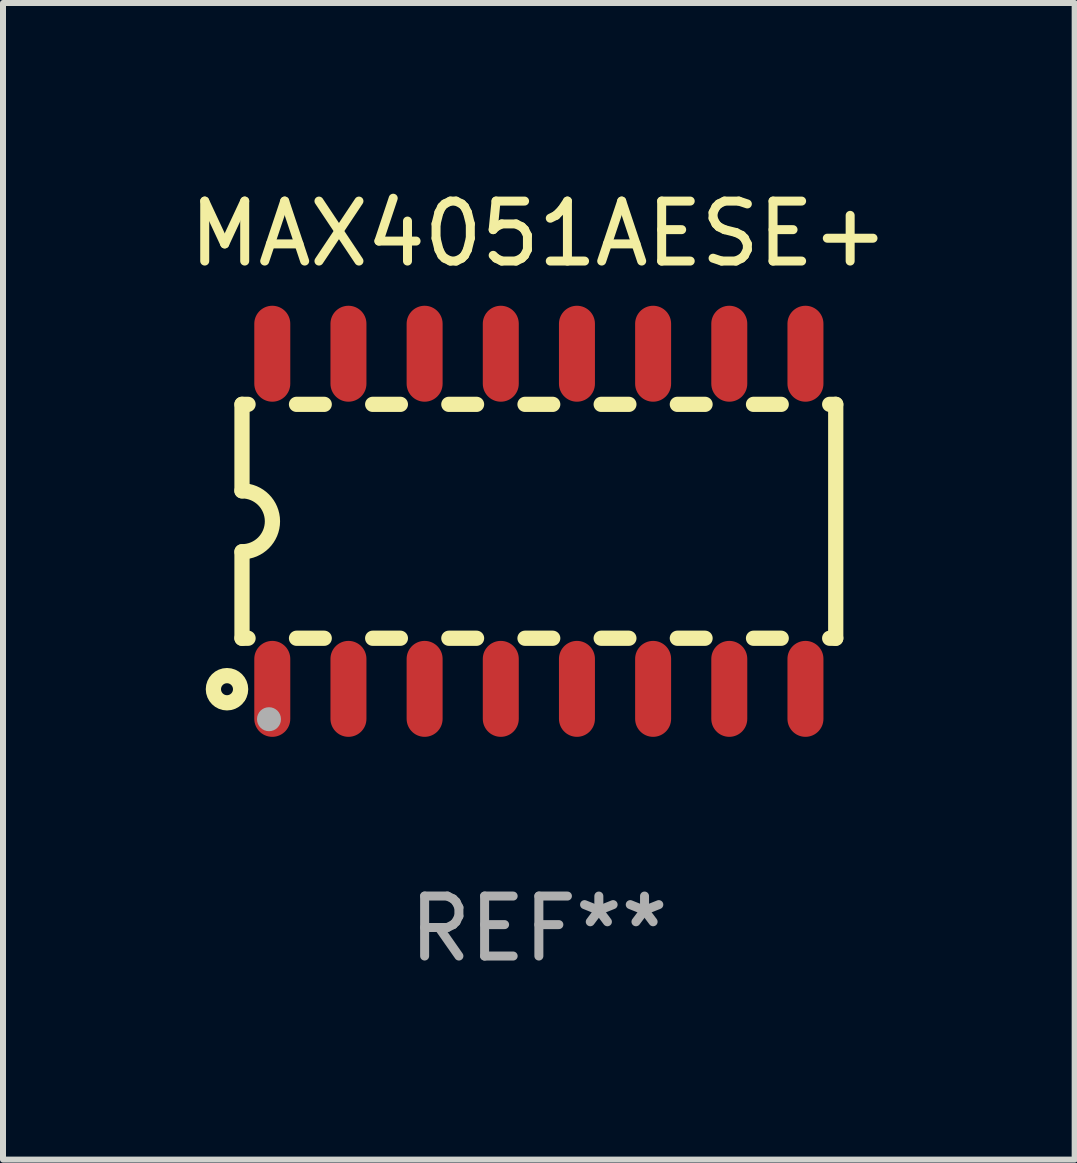
<source format=kicad_pcb>
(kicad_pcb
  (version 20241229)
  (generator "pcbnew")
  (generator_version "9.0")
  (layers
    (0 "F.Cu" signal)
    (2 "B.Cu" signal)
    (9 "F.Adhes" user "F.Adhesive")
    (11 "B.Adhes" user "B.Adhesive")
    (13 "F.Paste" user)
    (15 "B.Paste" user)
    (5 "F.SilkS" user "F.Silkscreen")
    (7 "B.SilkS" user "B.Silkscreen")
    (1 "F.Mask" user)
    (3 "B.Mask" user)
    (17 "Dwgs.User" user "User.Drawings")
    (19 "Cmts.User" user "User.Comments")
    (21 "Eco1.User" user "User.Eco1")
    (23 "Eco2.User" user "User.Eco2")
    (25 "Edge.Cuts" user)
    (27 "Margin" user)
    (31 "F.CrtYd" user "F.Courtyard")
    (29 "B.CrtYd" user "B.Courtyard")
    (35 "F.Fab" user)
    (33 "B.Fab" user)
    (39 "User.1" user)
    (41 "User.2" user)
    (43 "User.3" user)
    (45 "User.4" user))
  (footprint "MAX4051AESE+"
    (layer "F.Cu")
    (at 5.935 5.642)
    (property "Reference" "MAX4051AESE+" (at 0 -4.794 0) (layer "F.SilkS") (effects (font (size 1 1) (thickness 0.15))))
    (attr through_hole)
    (fp_line (start -4.95 -1.95) (end -4.95 -0.508) (stroke (width 0.254) (type solid)) (layer "F.SilkS"))
    (fp_line (start -4.95 -1.95) (end -4.849 -1.95) (stroke (width 0.254) (type solid)) (layer "F.SilkS"))
    (fp_line (start -4.95 1.95) (end -4.95 0.508) (stroke (width 0.254) (type solid)) (layer "F.SilkS"))
    (fp_line (start -4.95 1.95) (end -4.849 1.95) (stroke (width 0.254) (type solid)) (layer "F.SilkS"))
    (fp_line (start -4.041 -1.95) (end -3.579 -1.95) (stroke (width 0.254) (type solid)) (layer "F.SilkS"))
    (fp_line (start -4.041 1.95) (end -3.579 1.95) (stroke (width 0.254) (type solid)) (layer "F.SilkS"))
    (fp_line (start -2.771 -1.95) (end -2.309 -1.95) (stroke (width 0.254) (type solid)) (layer "F.SilkS"))
    (fp_line (start -2.771 1.95) (end -2.309 1.95) (stroke (width 0.254) (type solid)) (layer "F.SilkS"))
    (fp_line (start -1.501 -1.95) (end -1.039 -1.95) (stroke (width 0.254) (type solid)) (layer "F.SilkS"))
    (fp_line (start -1.501 1.95) (end -1.039 1.95) (stroke (width 0.254) (type solid)) (layer "F.SilkS"))
    (fp_line (start -0.231 -1.95) (end 0.231 -1.95) (stroke (width 0.254) (type solid)) (layer "F.SilkS"))
    (fp_line (start -0.231 1.95) (end 0.231 1.95) (stroke (width 0.254) (type solid)) (layer "F.SilkS"))
    (fp_line (start 1.039 -1.95) (end 1.501 -1.95) (stroke (width 0.254) (type solid)) (layer "F.SilkS"))
    (fp_line (start 1.039 1.95) (end 1.501 1.95) (stroke (width 0.254) (type solid)) (layer "F.SilkS"))
    (fp_line (start 2.309 -1.95) (end 2.771 -1.95) (stroke (width 0.254) (type solid)) (layer "F.SilkS"))
    (fp_line (start 2.309 1.95) (end 2.771 1.95) (stroke (width 0.254) (type solid)) (layer "F.SilkS"))
    (fp_line (start 3.579 -1.95) (end 4.041 -1.95) (stroke (width 0.254) (type solid)) (layer "F.SilkS"))
    (fp_line (start 3.579 1.95) (end 4.041 1.95) (stroke (width 0.254) (type solid)) (layer "F.SilkS"))
    (fp_line (start 4.849 -1.95) (end 4.95 -1.95) (stroke (width 0.254) (type solid)) (layer "F.SilkS"))
    (fp_line (start 4.849 1.95) (end 4.95 1.95) (stroke (width 0.254) (type solid)) (layer "F.SilkS"))
    (fp_line (start 4.95 -1.95) (end 4.95 1.95) (stroke (width 0.254) (type solid)) (layer "F.SilkS"))
    (fp_arc (start -4.95047 -0.508001) (mid -4.442469 -0.000228) (end -4.950013 0.508001) (stroke (width 0.254001) (type solid)) (layer "F.SilkS"))
    (fp_circle (center -5.2 2.8) (end -5.1 2.8) (stroke (width 0.254) (type solid)) (fill no) (layer "F.SilkS"))
    (fp_circle (center -4.95 2.947) (end -4.92 2.947) (stroke (width 0.06) (type solid)) (fill no) (layer "F.SilkS"))
    (fp_circle (center -4.5 3.3) (end -4.4 3.3) (stroke (width 0.2) (type solid)) (fill no) (layer "F.Fab"))
    (fp_text user "REF**" (at 0 6.794 0) (layer "F.Fab") (effects (font (size 1 1) (thickness 0.15))))
    (pad "1" smd oval (at -4.445 2.794) (size 0.6 1.6) (layers "F.Cu" "F.Mask" "F.Paste"))
    (pad "2" smd oval (at -3.175 2.794) (size 0.6 1.6) (layers "F.Cu" "F.Mask" "F.Paste"))
    (pad "3" smd oval (at -1.905 2.794) (size 0.6 1.6) (layers "F.Cu" "F.Mask" "F.Paste"))
    (pad "4" smd oval (at -0.635 2.794) (size 0.6 1.6) (layers "F.Cu" "F.Mask" "F.Paste"))
    (pad "5" smd oval (at 0.635 2.794) (size 0.6 1.6) (layers "F.Cu" "F.Mask" "F.Paste"))
    (pad "6" smd oval (at 1.905 2.794) (size 0.6 1.6) (layers "F.Cu" "F.Mask" "F.Paste"))
    (pad "7" smd oval (at 3.175 2.794) (size 0.6 1.6) (layers "F.Cu" "F.Mask" "F.Paste"))
    (pad "8" smd oval (at 4.445 2.794) (size 0.6 1.6) (layers "F.Cu" "F.Mask" "F.Paste"))
    (pad "9" smd oval (at 4.445 -2.794) (size 0.6 1.6) (layers "F.Cu" "F.Mask" "F.Paste"))
    (pad "10" smd oval (at 3.175 -2.794) (size 0.6 1.6) (layers "F.Cu" "F.Mask" "F.Paste"))
    (pad "11" smd oval (at 1.905 -2.794) (size 0.6 1.6) (layers "F.Cu" "F.Mask" "F.Paste"))
    (pad "12" smd oval (at 0.635 -2.794) (size 0.6 1.6) (layers "F.Cu" "F.Mask" "F.Paste"))
    (pad "13" smd oval (at -0.635 -2.794) (size 0.6 1.6) (layers "F.Cu" "F.Mask" "F.Paste"))
    (pad "14" smd oval (at -1.905 -2.794) (size 0.6 1.6) (layers "F.Cu" "F.Mask" "F.Paste"))
    (pad "15" smd oval (at -3.175 -2.794) (size 0.6 1.6) (layers "F.Cu" "F.Mask" "F.Paste"))
    (pad "16" smd oval (at -4.445 -2.794) (size 0.6 1.6) (layers "F.Cu" "F.Mask" "F.Paste")))
  (gr_rect
    (start -3 -3)
    (end 14.869 16.285)
    (stroke (width 0.1) (type default))
    (fill no)
    (layer "Edge.Cuts")))
</source>
